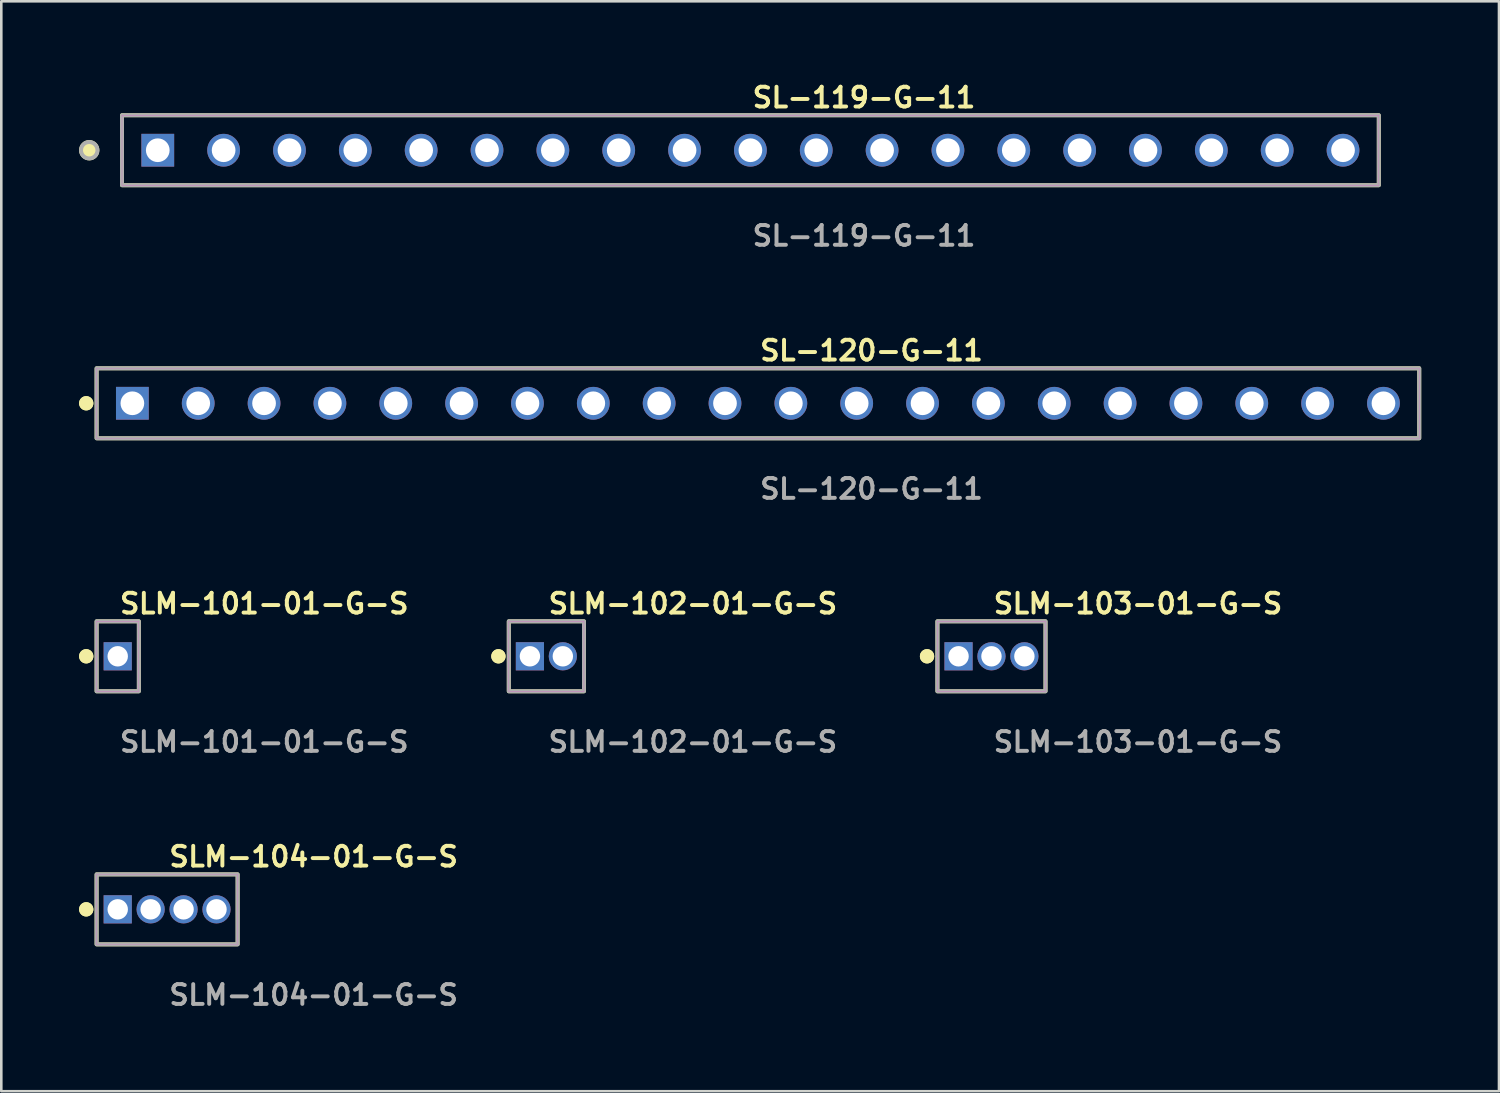
<source format=kicad_pcb>
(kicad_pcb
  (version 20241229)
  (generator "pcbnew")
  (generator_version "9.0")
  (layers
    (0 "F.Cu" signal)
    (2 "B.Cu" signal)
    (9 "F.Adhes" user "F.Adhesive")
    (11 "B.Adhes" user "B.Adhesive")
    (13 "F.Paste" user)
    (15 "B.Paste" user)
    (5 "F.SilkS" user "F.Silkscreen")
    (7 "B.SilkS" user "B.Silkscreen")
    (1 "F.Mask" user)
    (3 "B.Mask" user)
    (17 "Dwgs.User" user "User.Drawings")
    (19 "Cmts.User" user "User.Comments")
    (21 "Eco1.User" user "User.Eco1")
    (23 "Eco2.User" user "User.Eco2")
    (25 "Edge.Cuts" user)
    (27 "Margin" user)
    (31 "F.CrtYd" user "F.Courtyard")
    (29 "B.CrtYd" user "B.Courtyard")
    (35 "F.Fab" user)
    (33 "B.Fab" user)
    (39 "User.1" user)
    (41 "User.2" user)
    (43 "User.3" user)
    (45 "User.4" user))
  (footprint "SLM-102-01-G-S"
    (layer "F.Cu")
    (at 18.026 22.266)
    (property "Reference" "SLM-102-01-G-S" (at 0 -2.032 0) (unlocked yes) (layer "F.SilkS") (effects (font (size 0.762 0.762) (thickness 0.152)) (justify left)))
    (fp_rect (start -1.45 1.35) (end 1.45 -1.35) (stroke (width 0.152) (type solid)) (fill no) (layer "F.SilkS"))
    (fp_circle (center -1.85 0) (end -2.05 0) (stroke (width 0.152) (type solid)) (fill yes) (layer "F.SilkS"))
    (fp_circle (center -1.85 0) (end -2.05 0) (stroke (width 0.152) (type solid)) (fill yes) (layer "F.SilkS"))
    (fp_rect (start -1.45 1.35) (end 1.45 -1.35) (stroke (width 0.006) (type solid)) (fill no) (layer "F.CrtYd"))
    (fp_rect (start -1.45 1.35) (end 1.45 -1.35) (stroke (width 0.152) (type solid)) (fill no) (layer "F.Fab"))
    (fp_text user "${REFERENCE}" (at 0 3.302 0) (unlocked yes) (layer "F.Fab") (effects (font (size 0.762 0.762) (thickness 0.152)) (justify left)))
    (pad "1" thru_hole rect (at -0.635 0) (size 1.087 1.087) (drill 0.787) (layers "*.Cu" "*.Mask"))
    (pad "2" thru_hole circle (at 0.635 0) (size 1.087 1.087) (drill 0.787) (layers "*.Cu" "*.Mask")))
  (footprint "SLM-101-01-G-S"
    (layer "F.Cu")
    (at 1.491 22.266)
    (property "Reference" "SLM-101-01-G-S" (at 0 -2.032 0) (unlocked yes) (layer "F.SilkS") (effects (font (size 0.762 0.762) (thickness 0.152)) (justify left)))
    (fp_rect (start -0.815 1.35) (end 0.815 -1.35) (stroke (width 0.152) (type solid)) (fill no) (layer "F.SilkS"))
    (fp_circle (center -1.215 0) (end -1.415 0) (stroke (width 0.152) (type solid)) (fill yes) (layer "F.SilkS"))
    (fp_circle (center -1.215 0) (end -1.415 0) (stroke (width 0.152) (type solid)) (fill yes) (layer "F.SilkS"))
    (fp_rect (start -0.815 1.35) (end 0.815 -1.35) (stroke (width 0.006) (type solid)) (fill no) (layer "F.CrtYd"))
    (fp_rect (start -0.815 1.35) (end 0.815 -1.35) (stroke (width 0.152) (type solid)) (fill no) (layer "F.Fab"))
    (fp_text user "${REFERENCE}" (at 0 3.302 0) (unlocked yes) (layer "F.Fab") (effects (font (size 0.762 0.762) (thickness 0.152)) (justify left)))
    (pad "1" thru_hole rect (at 0 0) (size 1.087 1.087) (drill 0.787) (layers "*.Cu" "*.Mask")))
  (footprint "SLM-104-01-G-S"
    (layer "F.Cu")
    (at 3.396 32.027)
    (property "Reference" "SLM-104-01-G-S" (at 0 -2.032 0) (unlocked yes) (layer "F.SilkS") (effects (font (size 0.762 0.762) (thickness 0.152)) (justify left)))
    (fp_rect (start -2.72 1.35) (end 2.72 -1.35) (stroke (width 0.152) (type solid)) (fill no) (layer "F.SilkS"))
    (fp_circle (center -3.12 0) (end -3.32 0) (stroke (width 0.152) (type solid)) (fill yes) (layer "F.SilkS"))
    (fp_circle (center -3.12 0) (end -3.32 0) (stroke (width 0.152) (type solid)) (fill yes) (layer "F.SilkS"))
    (fp_rect (start -2.72 1.35) (end 2.72 -1.35) (stroke (width 0.006) (type solid)) (fill no) (layer "F.CrtYd"))
    (fp_rect (start -2.72 1.35) (end 2.72 -1.35) (stroke (width 0.152) (type solid)) (fill no) (layer "F.Fab"))
    (fp_text user "${REFERENCE}" (at 0 3.302 0) (unlocked yes) (layer "F.Fab") (effects (font (size 0.762 0.762) (thickness 0.152)) (justify left)))
    (pad "1" thru_hole rect (at -1.905 0) (size 1.087 1.087) (drill 0.787) (layers "*.Cu" "*.Mask"))
    (pad "2" thru_hole circle (at -0.635 0) (size 1.087 1.087) (drill 0.787) (layers "*.Cu" "*.Mask"))
    (pad "3" thru_hole circle (at 0.635 0) (size 1.087 1.087) (drill 0.787) (layers "*.Cu" "*.Mask"))
    (pad "4" thru_hole circle (at 1.905 0) (size 1.087 1.087) (drill 0.787) (layers "*.Cu" "*.Mask")))
  (footprint "SL-120-G-11"
    (layer "F.Cu")
    (at 26.186 12.506)
    (property "Reference" "SL-120-G-11" (at 0 -2.032 0) (unlocked yes) (layer "F.SilkS") (effects (font (size 0.762 0.762) (thickness 0.152)) (justify left)))
    (fp_rect (start -25.51 1.35) (end 25.51 -1.35) (stroke (width 0.152) (type solid)) (fill no) (layer "F.SilkS"))
    (fp_circle (center -25.91 0) (end -26.11 0) (stroke (width 0.152) (type solid)) (fill yes) (layer "F.SilkS"))
    (fp_circle (center -25.91 0) (end -26.11 0) (stroke (width 0.152) (type solid)) (fill yes) (layer "F.SilkS"))
    (fp_rect (start -25.51 1.35) (end 25.51 -1.35) (stroke (width 0.006) (type solid)) (fill no) (layer "F.CrtYd"))
    (fp_rect (start -25.51 1.35) (end 25.51 -1.35) (stroke (width 0.152) (type solid)) (fill no) (layer "F.Fab"))
    (fp_text user "${REFERENCE}" (at 0 3.302 0) (unlocked yes) (layer "F.Fab") (effects (font (size 0.762 0.762) (thickness 0.152)) (justify left)))
    (pad "1" thru_hole rect (at -24.13 0) (size 1.264 1.264) (drill 0.914) (layers "*.Cu" "*.Mask"))
    (pad "2" thru_hole circle (at -21.59 0) (size 1.264 1.264) (drill 0.914) (layers "*.Cu" "*.Mask"))
    (pad "3" thru_hole circle (at -19.05 0) (size 1.264 1.264) (drill 0.914) (layers "*.Cu" "*.Mask"))
    (pad "4" thru_hole circle (at -16.51 0) (size 1.264 1.264) (drill 0.914) (layers "*.Cu" "*.Mask"))
    (pad "5" thru_hole circle (at -13.97 0) (size 1.264 1.264) (drill 0.914) (layers "*.Cu" "*.Mask"))
    (pad "6" thru_hole circle (at -11.43 0) (size 1.264 1.264) (drill 0.914) (layers "*.Cu" "*.Mask"))
    (pad "7" thru_hole circle (at -8.89 0) (size 1.264 1.264) (drill 0.914) (layers "*.Cu" "*.Mask"))
    (pad "8" thru_hole circle (at -6.35 0) (size 1.264 1.264) (drill 0.914) (layers "*.Cu" "*.Mask"))
    (pad "9" thru_hole circle (at -3.81 0) (size 1.264 1.264) (drill 0.914) (layers "*.Cu" "*.Mask"))
    (pad "10" thru_hole circle (at -1.27 0) (size 1.264 1.264) (drill 0.914) (layers "*.Cu" "*.Mask"))
    (pad "11" thru_hole circle (at 1.27 0) (size 1.264 1.264) (drill 0.914) (layers "*.Cu" "*.Mask"))
    (pad "12" thru_hole circle (at 3.81 0) (size 1.264 1.264) (drill 0.914) (layers "*.Cu" "*.Mask"))
    (pad "13" thru_hole circle (at 6.35 0) (size 1.264 1.264) (drill 0.914) (layers "*.Cu" "*.Mask"))
    (pad "14" thru_hole circle (at 8.89 0) (size 1.264 1.264) (drill 0.914) (layers "*.Cu" "*.Mask"))
    (pad "15" thru_hole circle (at 11.43 0) (size 1.264 1.264) (drill 0.914) (layers "*.Cu" "*.Mask"))
    (pad "16" thru_hole circle (at 13.97 0) (size 1.264 1.264) (drill 0.914) (layers "*.Cu" "*.Mask"))
    (pad "17" thru_hole circle (at 16.51 0) (size 1.264 1.264) (drill 0.914) (layers "*.Cu" "*.Mask"))
    (pad "18" thru_hole circle (at 19.05 0) (size 1.264 1.264) (drill 0.914) (layers "*.Cu" "*.Mask"))
    (pad "19" thru_hole circle (at 21.59 0) (size 1.264 1.264) (drill 0.914) (layers "*.Cu" "*.Mask"))
    (pad "20" thru_hole circle (at 24.13 0) (size 1.264 1.264) (drill 0.914) (layers "*.Cu" "*.Mask")))
  (footprint "SL-119-G-11"
    (layer "F.Cu")
    (at 25.896 2.745)
    (property "Reference" "SL-119-G-11" (at 0 -2.032 0) (unlocked yes) (layer "F.SilkS") (effects (font (size 0.762 0.762) (thickness 0.152)) (justify left)))
    (fp_rect (start -24.24 1.35) (end 24.24 -1.35) (stroke (width 0.152) (type solid)) (fill no) (layer "F.SilkS"))
    (fp_circle (center -25.504 0) (end -25.82 0) (stroke (width 0.152) (type solid)) (fill yes) (layer "F.SilkS"))
    (fp_rect (start -24.24 1.35) (end 24.24 -1.35) (stroke (width 0.006) (type solid)) (fill no) (layer "F.CrtYd"))
    (fp_rect (start -24.24 1.35) (end 24.24 -1.35) (stroke (width 0.152) (type solid)) (fill no) (layer "F.Fab"))
    (fp_circle (center -25.504 0) (end -25.82 0) (stroke (width 0.152) (type solid)) (fill no) (layer "F.Fab"))
    (fp_text user "${REFERENCE}" (at 0 3.302 0) (unlocked yes) (layer "F.Fab") (effects (font (size 0.762 0.762) (thickness 0.152)) (justify left)))
    (pad "1" thru_hole rect (at -22.86 0) (size 1.264 1.264) (drill 0.914) (layers "*.Cu" "*.Mask"))
    (pad "2" thru_hole circle (at -20.32 0) (size 1.264 1.264) (drill 0.914) (layers "*.Cu" "*.Mask"))
    (pad "3" thru_hole circle (at -17.78 0) (size 1.264 1.264) (drill 0.914) (layers "*.Cu" "*.Mask"))
    (pad "4" thru_hole circle (at -15.24 0) (size 1.264 1.264) (drill 0.914) (layers "*.Cu" "*.Mask"))
    (pad "5" thru_hole circle (at -12.7 0) (size 1.264 1.264) (drill 0.914) (layers "*.Cu" "*.Mask"))
    (pad "6" thru_hole circle (at -10.16 0) (size 1.264 1.264) (drill 0.914) (layers "*.Cu" "*.Mask"))
    (pad "7" thru_hole circle (at -7.62 0) (size 1.264 1.264) (drill 0.914) (layers "*.Cu" "*.Mask"))
    (pad "8" thru_hole circle (at -5.08 0) (size 1.264 1.264) (drill 0.914) (layers "*.Cu" "*.Mask"))
    (pad "9" thru_hole circle (at -2.54 0) (size 1.264 1.264) (drill 0.914) (layers "*.Cu" "*.Mask"))
    (pad "10" thru_hole circle (at 0 0) (size 1.264 1.264) (drill 0.914) (layers "*.Cu" "*.Mask"))
    (pad "11" thru_hole circle (at 2.54 0) (size 1.264 1.264) (drill 0.914) (layers "*.Cu" "*.Mask"))
    (pad "12" thru_hole circle (at 5.08 0) (size 1.264 1.264) (drill 0.914) (layers "*.Cu" "*.Mask"))
    (pad "13" thru_hole circle (at 7.62 0) (size 1.264 1.264) (drill 0.914) (layers "*.Cu" "*.Mask"))
    (pad "14" thru_hole circle (at 10.16 0) (size 1.264 1.264) (drill 0.914) (layers "*.Cu" "*.Mask"))
    (pad "15" thru_hole circle (at 12.7 0) (size 1.264 1.264) (drill 0.914) (layers "*.Cu" "*.Mask"))
    (pad "16" thru_hole circle (at 15.24 0) (size 1.264 1.264) (drill 0.914) (layers "*.Cu" "*.Mask"))
    (pad "17" thru_hole circle (at 17.78 0) (size 1.264 1.264) (drill 0.914) (layers "*.Cu" "*.Mask"))
    (pad "18" thru_hole circle (at 20.32 0) (size 1.264 1.264) (drill 0.914) (layers "*.Cu" "*.Mask"))
    (pad "19" thru_hole circle (at 22.86 0) (size 1.264 1.264) (drill 0.914) (layers "*.Cu" "*.Mask")))
  (footprint "SLM-103-01-G-S"
    (layer "F.Cu")
    (at 35.195 22.266)
    (property "Reference" "SLM-103-01-G-S" (at 0 -2.032 0) (unlocked yes) (layer "F.SilkS") (effects (font (size 0.762 0.762) (thickness 0.152)) (justify left)))
    (fp_rect (start -2.085 1.35) (end 2.085 -1.35) (stroke (width 0.152) (type solid)) (fill no) (layer "F.SilkS"))
    (fp_circle (center -2.485 0) (end -2.685 0) (stroke (width 0.152) (type solid)) (fill yes) (layer "F.SilkS"))
    (fp_circle (center -2.485 0) (end -2.685 0) (stroke (width 0.152) (type solid)) (fill yes) (layer "F.SilkS"))
    (fp_rect (start -2.085 1.35) (end 2.085 -1.35) (stroke (width 0.006) (type solid)) (fill no) (layer "F.CrtYd"))
    (fp_rect (start -2.085 1.35) (end 2.085 -1.35) (stroke (width 0.152) (type solid)) (fill no) (layer "F.Fab"))
    (fp_text user "${REFERENCE}" (at 0 3.302 0) (unlocked yes) (layer "F.Fab") (effects (font (size 0.762 0.762) (thickness 0.152)) (justify left)))
    (pad "1" thru_hole rect (at -1.27 0) (size 1.087 1.087) (drill 0.787) (layers "*.Cu" "*.Mask"))
    (pad "2" thru_hole circle (at 0 0) (size 1.087 1.087) (drill 0.787) (layers "*.Cu" "*.Mask"))
    (pad "3" thru_hole circle (at 1.27 0) (size 1.087 1.087) (drill 0.787) (layers "*.Cu" "*.Mask")))
  (gr_rect
    (start -3 -3)
    (end 54.772 39.042)
    (stroke (width 0.1) (type default))
    (fill no)
    (layer "Edge.Cuts")))
</source>
